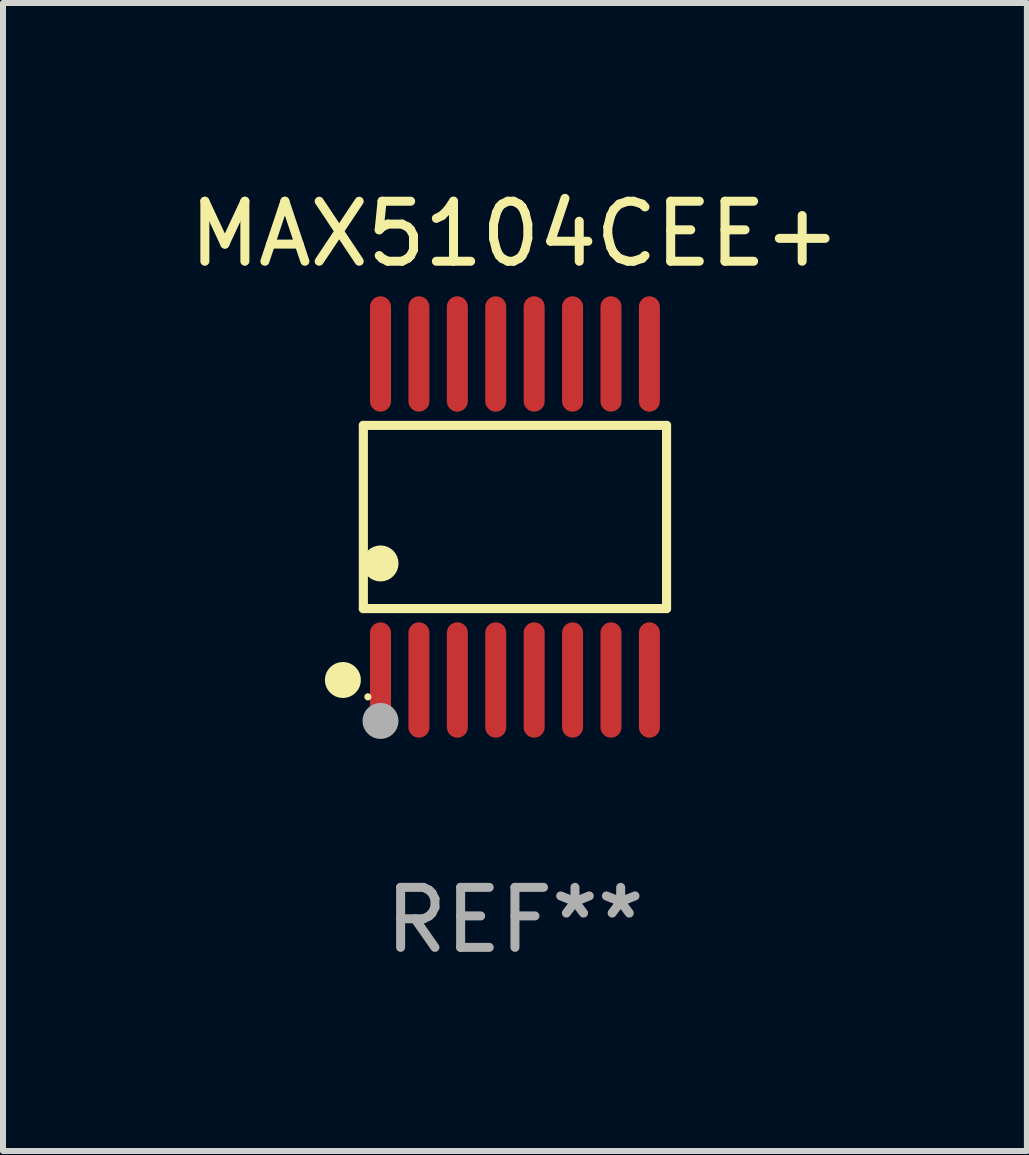
<source format=kicad_pcb>
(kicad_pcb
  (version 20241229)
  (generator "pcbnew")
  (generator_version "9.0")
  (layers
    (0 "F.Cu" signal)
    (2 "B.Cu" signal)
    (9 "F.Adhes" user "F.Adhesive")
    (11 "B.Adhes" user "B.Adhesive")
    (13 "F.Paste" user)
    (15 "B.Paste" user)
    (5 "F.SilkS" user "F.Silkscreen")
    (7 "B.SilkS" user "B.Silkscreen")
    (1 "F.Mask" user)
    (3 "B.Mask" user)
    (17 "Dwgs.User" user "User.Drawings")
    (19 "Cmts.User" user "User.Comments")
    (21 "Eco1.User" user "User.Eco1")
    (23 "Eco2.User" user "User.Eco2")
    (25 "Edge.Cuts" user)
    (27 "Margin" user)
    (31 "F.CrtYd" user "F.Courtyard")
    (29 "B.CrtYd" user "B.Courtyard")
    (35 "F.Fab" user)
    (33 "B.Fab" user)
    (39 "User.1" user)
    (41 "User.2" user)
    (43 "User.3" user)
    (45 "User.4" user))
  (footprint "MAX5104CEE+"
    (layer "F.Cu")
    (at 5.53 5.564)
    (property "Reference" "MAX5104CEE+" (at 0 -4.716 0) (layer "F.SilkS") (effects (font (size 1 1) (thickness 0.15))))
    (attr through_hole)
    (fp_line (start -2.526 -1.526) (end 2.526 -1.526) (stroke (width 0.152) (type solid)) (layer "F.SilkS"))
    (fp_line (start -2.526 1.526) (end -2.526 -1.526) (stroke (width 0.152) (type solid)) (layer "F.SilkS"))
    (fp_line (start 2.526 -1.526) (end 2.526 1.526) (stroke (width 0.152) (type solid)) (layer "F.SilkS"))
    (fp_line (start 2.526 1.526) (end -2.526 1.526) (stroke (width 0.152) (type solid)) (layer "F.SilkS"))
    (fp_circle (center -2.867 2.716) (end -2.717 2.716) (stroke (width 0.3) (type solid)) (fill no) (layer "F.SilkS"))
    (fp_circle (center -2.45 2.997) (end -2.42 2.997) (stroke (width 0.06) (type solid)) (fill no) (layer "F.SilkS"))
    (fp_circle (center -2.24 0.774) (end -2.09 0.774) (stroke (width 0.3) (type solid)) (fill no) (layer "F.SilkS"))
    (fp_circle (center -2.24 3.398) (end -2.09 3.398) (stroke (width 0.3) (type solid)) (fill no) (layer "F.Fab"))
    (fp_text user "REF**" (at 0 6.716 0) (layer "F.Fab") (effects (font (size 1 1) (thickness 0.15))))
    (pad "1" smd oval (at -2.24 2.716) (size 0.35 1.922) (layers "F.Cu" "F.Mask" "F.Paste"))
    (pad "2" smd oval (at -1.6 2.716) (size 0.35 1.922) (layers "F.Cu" "F.Mask" "F.Paste"))
    (pad "3" smd oval (at -0.96 2.716) (size 0.35 1.922) (layers "F.Cu" "F.Mask" "F.Paste"))
    (pad "4" smd oval (at -0.32 2.716) (size 0.35 1.922) (layers "F.Cu" "F.Mask" "F.Paste"))
    (pad "5" smd oval (at 0.32 2.716) (size 0.35 1.922) (layers "F.Cu" "F.Mask" "F.Paste"))
    (pad "6" smd oval (at 0.96 2.716) (size 0.35 1.922) (layers "F.Cu" "F.Mask" "F.Paste"))
    (pad "7" smd oval (at 1.6 2.716) (size 0.35 1.922) (layers "F.Cu" "F.Mask" "F.Paste"))
    (pad "8" smd oval (at 2.24 2.716) (size 0.35 1.922) (layers "F.Cu" "F.Mask" "F.Paste"))
    (pad "9" smd oval (at 2.24 -2.716) (size 0.35 1.922) (layers "F.Cu" "F.Mask" "F.Paste"))
    (pad "10" smd oval (at 1.6 -2.716) (size 0.35 1.922) (layers "F.Cu" "F.Mask" "F.Paste"))
    (pad "11" smd oval (at 0.96 -2.716) (size 0.35 1.922) (layers "F.Cu" "F.Mask" "F.Paste"))
    (pad "12" smd oval (at 0.32 -2.716) (size 0.35 1.922) (layers "F.Cu" "F.Mask" "F.Paste"))
    (pad "13" smd oval (at -0.32 -2.716) (size 0.35 1.922) (layers "F.Cu" "F.Mask" "F.Paste"))
    (pad "14" smd oval (at -0.96 -2.716) (size 0.35 1.922) (layers "F.Cu" "F.Mask" "F.Paste"))
    (pad "15" smd oval (at -1.6 -2.716) (size 0.35 1.922) (layers "F.Cu" "F.Mask" "F.Paste"))
    (pad "16" smd oval (at -2.24 -2.716) (size 0.35 1.922) (layers "F.Cu" "F.Mask" "F.Paste")))
  (gr_rect
    (start -3 -3)
    (end 14.06 16.128)
    (stroke (width 0.1) (type default))
    (fill no)
    (layer "Edge.Cuts")))
</source>
